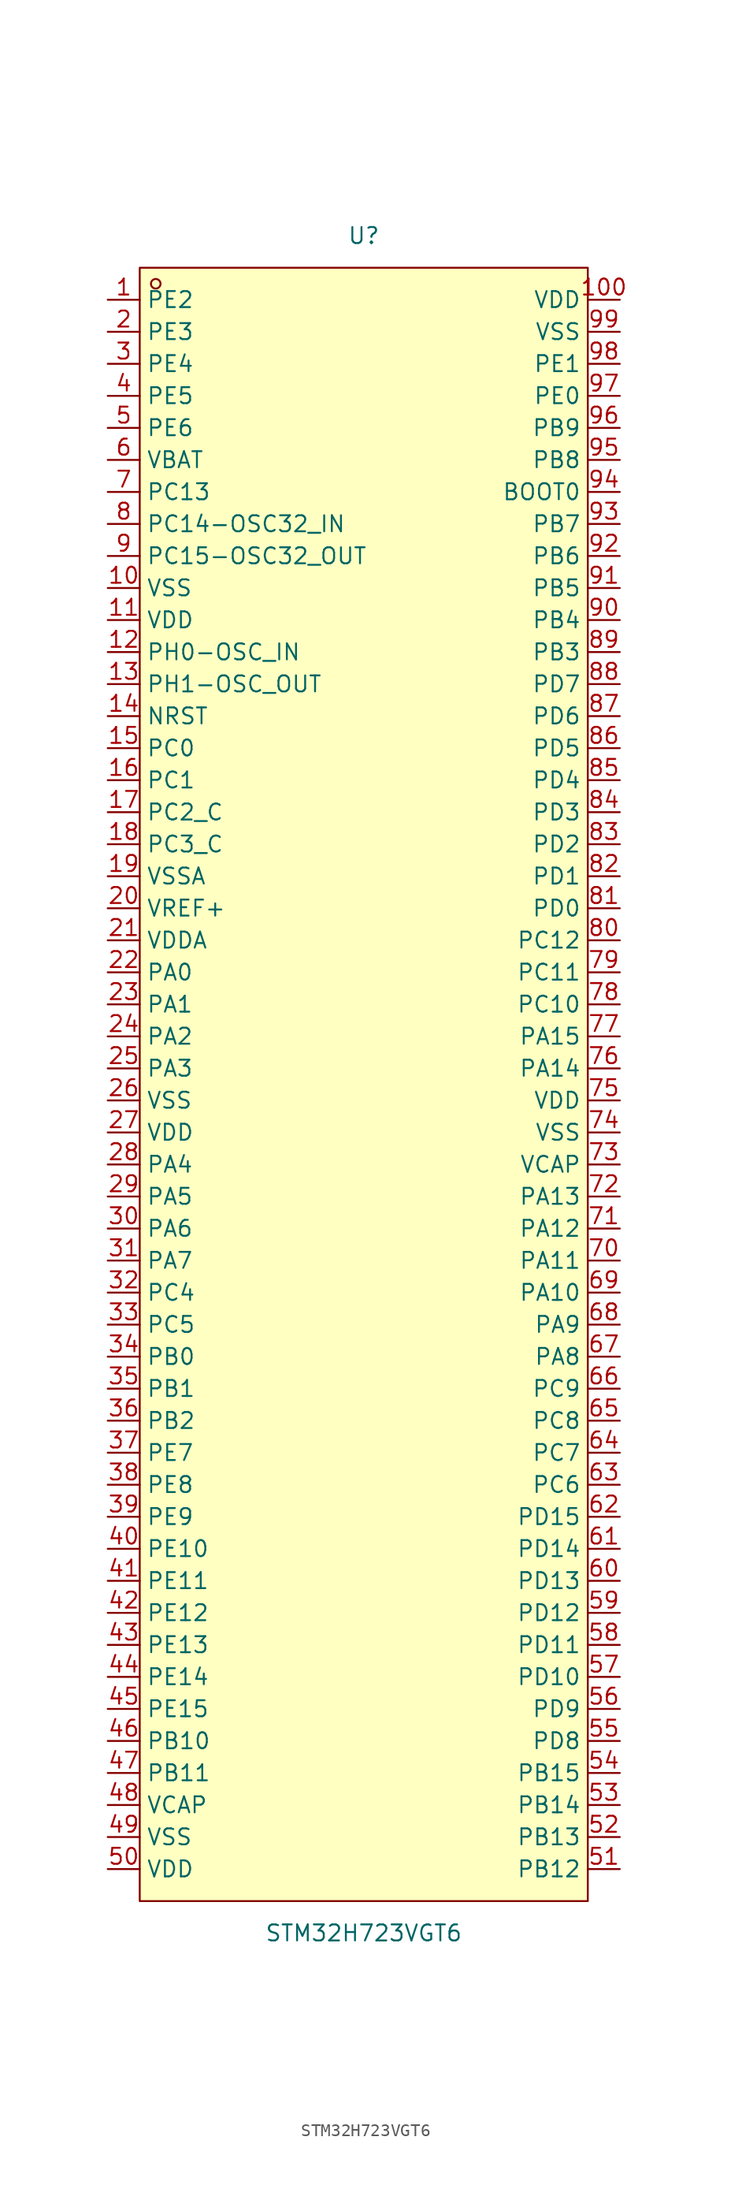
<source format=kicad_sym>
(kicad_symbol_lib
  (version 20211014)
  (generator https://github.com/uPesy/easyeda2kicad.py)
  (symbol "STM32H723VGT6"
    (property "Reference" "U"
      (at 0 67.31 0)
      (effects (font (size 1.27 1.27))))
    (property "Value" "STM32H723VGT6"
      (at 0 -67.31 0)
      (effects (font (size 1.27 1.27))))
    (symbol "STM32H723VGT6_0_1"
      (rectangle (start -17.78 64.77) (end 17.78 -64.77) (stroke (width 0) (type default) (color 0 0 0 0)) (fill (type background)))
      (circle (center -16.51 63.50) (radius 0.38) (stroke (width 0) (type default) (color 0 0 0 0)) (fill (type none)))
      (pin unspecified line (at -20.32 62.23 0) (length 2.54) (name "PE2" (effects (font (size 1.27 1.27)))) (number "1" (effects (font (size 1.27 1.27)))))
      (pin unspecified line (at -20.32 59.69 0) (length 2.54) (name "PE3" (effects (font (size 1.27 1.27)))) (number "2" (effects (font (size 1.27 1.27)))))
      (pin unspecified line (at -20.32 57.15 0) (length 2.54) (name "PE4" (effects (font (size 1.27 1.27)))) (number "3" (effects (font (size 1.27 1.27)))))
      (pin unspecified line (at -20.32 54.61 0) (length 2.54) (name "PE5" (effects (font (size 1.27 1.27)))) (number "4" (effects (font (size 1.27 1.27)))))
      (pin unspecified line (at -20.32 52.07 0) (length 2.54) (name "PE6" (effects (font (size 1.27 1.27)))) (number "5" (effects (font (size 1.27 1.27)))))
      (pin unspecified line (at -20.32 49.53 0) (length 2.54) (name "VBAT" (effects (font (size 1.27 1.27)))) (number "6" (effects (font (size 1.27 1.27)))))
      (pin unspecified line (at -20.32 46.99 0) (length 2.54) (name "PC13" (effects (font (size 1.27 1.27)))) (number "7" (effects (font (size 1.27 1.27)))))
      (pin unspecified line (at -20.32 44.45 0) (length 2.54) (name "PC14-OSC32_IN" (effects (font (size 1.27 1.27)))) (number "8" (effects (font (size 1.27 1.27)))))
      (pin unspecified line (at -20.32 41.91 0) (length 2.54) (name "PC15-OSC32_OUT" (effects (font (size 1.27 1.27)))) (number "9" (effects (font (size 1.27 1.27)))))
      (pin unspecified line (at -20.32 39.37 0) (length 2.54) (name "VSS" (effects (font (size 1.27 1.27)))) (number "10" (effects (font (size 1.27 1.27)))))
      (pin unspecified line (at -20.32 36.83 0) (length 2.54) (name "VDD" (effects (font (size 1.27 1.27)))) (number "11" (effects (font (size 1.27 1.27)))))
      (pin unspecified line (at -20.32 34.29 0) (length 2.54) (name "PH0-OSC_IN" (effects (font (size 1.27 1.27)))) (number "12" (effects (font (size 1.27 1.27)))))
      (pin unspecified line (at -20.32 31.75 0) (length 2.54) (name "PH1-OSC_OUT" (effects (font (size 1.27 1.27)))) (number "13" (effects (font (size 1.27 1.27)))))
      (pin unspecified line (at -20.32 29.21 0) (length 2.54) (name "NRST" (effects (font (size 1.27 1.27)))) (number "14" (effects (font (size 1.27 1.27)))))
      (pin unspecified line (at -20.32 26.67 0) (length 2.54) (name "PC0" (effects (font (size 1.27 1.27)))) (number "15" (effects (font (size 1.27 1.27)))))
      (pin unspecified line (at -20.32 24.13 0) (length 2.54) (name "PC1" (effects (font (size 1.27 1.27)))) (number "16" (effects (font (size 1.27 1.27)))))
      (pin unspecified line (at -20.32 21.59 0) (length 2.54) (name "PC2_C" (effects (font (size 1.27 1.27)))) (number "17" (effects (font (size 1.27 1.27)))))
      (pin unspecified line (at -20.32 19.05 0) (length 2.54) (name "PC3_C" (effects (font (size 1.27 1.27)))) (number "18" (effects (font (size 1.27 1.27)))))
      (pin unspecified line (at -20.32 16.51 0) (length 2.54) (name "VSSA" (effects (font (size 1.27 1.27)))) (number "19" (effects (font (size 1.27 1.27)))))
      (pin unspecified line (at -20.32 13.97 0) (length 2.54) (name "VREF+" (effects (font (size 1.27 1.27)))) (number "20" (effects (font (size 1.27 1.27)))))
      (pin unspecified line (at -20.32 11.43 0) (length 2.54) (name "VDDA" (effects (font (size 1.27 1.27)))) (number "21" (effects (font (size 1.27 1.27)))))
      (pin unspecified line (at -20.32 8.89 0) (length 2.54) (name "PA0" (effects (font (size 1.27 1.27)))) (number "22" (effects (font (size 1.27 1.27)))))
      (pin unspecified line (at -20.32 6.35 0) (length 2.54) (name "PA1" (effects (font (size 1.27 1.27)))) (number "23" (effects (font (size 1.27 1.27)))))
      (pin unspecified line (at -20.32 3.81 0) (length 2.54) (name "PA2" (effects (font (size 1.27 1.27)))) (number "24" (effects (font (size 1.27 1.27)))))
      (pin unspecified line (at -20.32 1.27 0) (length 2.54) (name "PA3" (effects (font (size 1.27 1.27)))) (number "25" (effects (font (size 1.27 1.27)))))
      (pin unspecified line (at -20.32 -1.27 0) (length 2.54) (name "VSS" (effects (font (size 1.27 1.27)))) (number "26" (effects (font (size 1.27 1.27)))))
      (pin unspecified line (at -20.32 -3.81 0) (length 2.54) (name "VDD" (effects (font (size 1.27 1.27)))) (number "27" (effects (font (size 1.27 1.27)))))
      (pin unspecified line (at -20.32 -6.35 0) (length 2.54) (name "PA4" (effects (font (size 1.27 1.27)))) (number "28" (effects (font (size 1.27 1.27)))))
      (pin unspecified line (at -20.32 -8.89 0) (length 2.54) (name "PA5" (effects (font (size 1.27 1.27)))) (number "29" (effects (font (size 1.27 1.27)))))
      (pin unspecified line (at -20.32 -11.43 0) (length 2.54) (name "PA6" (effects (font (size 1.27 1.27)))) (number "30" (effects (font (size 1.27 1.27)))))
      (pin unspecified line (at -20.32 -13.97 0) (length 2.54) (name "PA7" (effects (font (size 1.27 1.27)))) (number "31" (effects (font (size 1.27 1.27)))))
      (pin unspecified line (at -20.32 -16.51 0) (length 2.54) (name "PC4" (effects (font (size 1.27 1.27)))) (number "32" (effects (font (size 1.27 1.27)))))
      (pin unspecified line (at -20.32 -19.05 0) (length 2.54) (name "PC5" (effects (font (size 1.27 1.27)))) (number "33" (effects (font (size 1.27 1.27)))))
      (pin unspecified line (at -20.32 -21.59 0) (length 2.54) (name "PB0" (effects (font (size 1.27 1.27)))) (number "34" (effects (font (size 1.27 1.27)))))
      (pin unspecified line (at -20.32 -24.13 0) (length 2.54) (name "PB1" (effects (font (size 1.27 1.27)))) (number "35" (effects (font (size 1.27 1.27)))))
      (pin unspecified line (at -20.32 -26.67 0) (length 2.54) (name "PB2" (effects (font (size 1.27 1.27)))) (number "36" (effects (font (size 1.27 1.27)))))
      (pin unspecified line (at -20.32 -29.21 0) (length 2.54) (name "PE7" (effects (font (size 1.27 1.27)))) (number "37" (effects (font (size 1.27 1.27)))))
      (pin unspecified line (at -20.32 -31.75 0) (length 2.54) (name "PE8" (effects (font (size 1.27 1.27)))) (number "38" (effects (font (size 1.27 1.27)))))
      (pin unspecified line (at -20.32 -34.29 0) (length 2.54) (name "PE9" (effects (font (size 1.27 1.27)))) (number "39" (effects (font (size 1.27 1.27)))))
      (pin unspecified line (at -20.32 -36.83 0) (length 2.54) (name "PE10" (effects (font (size 1.27 1.27)))) (number "40" (effects (font (size 1.27 1.27)))))
      (pin unspecified line (at -20.32 -39.37 0) (length 2.54) (name "PE11" (effects (font (size 1.27 1.27)))) (number "41" (effects (font (size 1.27 1.27)))))
      (pin unspecified line (at -20.32 -41.91 0) (length 2.54) (name "PE12" (effects (font (size 1.27 1.27)))) (number "42" (effects (font (size 1.27 1.27)))))
      (pin unspecified line (at -20.32 -44.45 0) (length 2.54) (name "PE13" (effects (font (size 1.27 1.27)))) (number "43" (effects (font (size 1.27 1.27)))))
      (pin unspecified line (at -20.32 -46.99 0) (length 2.54) (name "PE14" (effects (font (size 1.27 1.27)))) (number "44" (effects (font (size 1.27 1.27)))))
      (pin unspecified line (at -20.32 -49.53 0) (length 2.54) (name "PE15" (effects (font (size 1.27 1.27)))) (number "45" (effects (font (size 1.27 1.27)))))
      (pin unspecified line (at -20.32 -52.07 0) (length 2.54) (name "PB10" (effects (font (size 1.27 1.27)))) (number "46" (effects (font (size 1.27 1.27)))))
      (pin unspecified line (at -20.32 -54.61 0) (length 2.54) (name "PB11" (effects (font (size 1.27 1.27)))) (number "47" (effects (font (size 1.27 1.27)))))
      (pin unspecified line (at -20.32 -57.15 0) (length 2.54) (name "VCAP" (effects (font (size 1.27 1.27)))) (number "48" (effects (font (size 1.27 1.27)))))
      (pin unspecified line (at -20.32 -59.69 0) (length 2.54) (name "VSS" (effects (font (size 1.27 1.27)))) (number "49" (effects (font (size 1.27 1.27)))))
      (pin unspecified line (at -20.32 -62.23 0) (length 2.54) (name "VDD" (effects (font (size 1.27 1.27)))) (number "50" (effects (font (size 1.27 1.27)))))
      (pin unspecified line (at 20.32 -62.23 180) (length 2.54) (name "PB12" (effects (font (size 1.27 1.27)))) (number "51" (effects (font (size 1.27 1.27)))))
      (pin unspecified line (at 20.32 -59.69 180) (length 2.54) (name "PB13" (effects (font (size 1.27 1.27)))) (number "52" (effects (font (size 1.27 1.27)))))
      (pin unspecified line (at 20.32 -57.15 180) (length 2.54) (name "PB14" (effects (font (size 1.27 1.27)))) (number "53" (effects (font (size 1.27 1.27)))))
      (pin unspecified line (at 20.32 -54.61 180) (length 2.54) (name "PB15" (effects (font (size 1.27 1.27)))) (number "54" (effects (font (size 1.27 1.27)))))
      (pin unspecified line (at 20.32 -52.07 180) (length 2.54) (name "PD8" (effects (font (size 1.27 1.27)))) (number "55" (effects (font (size 1.27 1.27)))))
      (pin unspecified line (at 20.32 -49.53 180) (length 2.54) (name "PD9" (effects (font (size 1.27 1.27)))) (number "56" (effects (font (size 1.27 1.27)))))
      (pin unspecified line (at 20.32 -46.99 180) (length 2.54) (name "PD10" (effects (font (size 1.27 1.27)))) (number "57" (effects (font (size 1.27 1.27)))))
      (pin unspecified line (at 20.32 -44.45 180) (length 2.54) (name "PD11" (effects (font (size 1.27 1.27)))) (number "58" (effects (font (size 1.27 1.27)))))
      (pin unspecified line (at 20.32 -41.91 180) (length 2.54) (name "PD12" (effects (font (size 1.27 1.27)))) (number "59" (effects (font (size 1.27 1.27)))))
      (pin unspecified line (at 20.32 -39.37 180) (length 2.54) (name "PD13" (effects (font (size 1.27 1.27)))) (number "60" (effects (font (size 1.27 1.27)))))
      (pin unspecified line (at 20.32 -36.83 180) (length 2.54) (name "PD14" (effects (font (size 1.27 1.27)))) (number "61" (effects (font (size 1.27 1.27)))))
      (pin unspecified line (at 20.32 -34.29 180) (length 2.54) (name "PD15" (effects (font (size 1.27 1.27)))) (number "62" (effects (font (size 1.27 1.27)))))
      (pin unspecified line (at 20.32 -31.75 180) (length 2.54) (name "PC6" (effects (font (size 1.27 1.27)))) (number "63" (effects (font (size 1.27 1.27)))))
      (pin unspecified line (at 20.32 -29.21 180) (length 2.54) (name "PC7" (effects (font (size 1.27 1.27)))) (number "64" (effects (font (size 1.27 1.27)))))
      (pin unspecified line (at 20.32 -26.67 180) (length 2.54) (name "PC8" (effects (font (size 1.27 1.27)))) (number "65" (effects (font (size 1.27 1.27)))))
      (pin unspecified line (at 20.32 -24.13 180) (length 2.54) (name "PC9" (effects (font (size 1.27 1.27)))) (number "66" (effects (font (size 1.27 1.27)))))
      (pin unspecified line (at 20.32 -21.59 180) (length 2.54) (name "PA8" (effects (font (size 1.27 1.27)))) (number "67" (effects (font (size 1.27 1.27)))))
      (pin unspecified line (at 20.32 -19.05 180) (length 2.54) (name "PA9" (effects (font (size 1.27 1.27)))) (number "68" (effects (font (size 1.27 1.27)))))
      (pin unspecified line (at 20.32 -16.51 180) (length 2.54) (name "PA10" (effects (font (size 1.27 1.27)))) (number "69" (effects (font (size 1.27 1.27)))))
      (pin unspecified line (at 20.32 -13.97 180) (length 2.54) (name "PA11" (effects (font (size 1.27 1.27)))) (number "70" (effects (font (size 1.27 1.27)))))
      (pin unspecified line (at 20.32 -11.43 180) (length 2.54) (name "PA12" (effects (font (size 1.27 1.27)))) (number "71" (effects (font (size 1.27 1.27)))))
      (pin unspecified line (at 20.32 -8.89 180) (length 2.54) (name "PA13" (effects (font (size 1.27 1.27)))) (number "72" (effects (font (size 1.27 1.27)))))
      (pin unspecified line (at 20.32 -6.35 180) (length 2.54) (name "VCAP" (effects (font (size 1.27 1.27)))) (number "73" (effects (font (size 1.27 1.27)))))
      (pin unspecified line (at 20.32 -3.81 180) (length 2.54) (name "VSS" (effects (font (size 1.27 1.27)))) (number "74" (effects (font (size 1.27 1.27)))))
      (pin unspecified line (at 20.32 -1.27 180) (length 2.54) (name "VDD" (effects (font (size 1.27 1.27)))) (number "75" (effects (font (size 1.27 1.27)))))
      (pin unspecified line (at 20.32 1.27 180) (length 2.54) (name "PA14" (effects (font (size 1.27 1.27)))) (number "76" (effects (font (size 1.27 1.27)))))
      (pin unspecified line (at 20.32 3.81 180) (length 2.54) (name "PA15" (effects (font (size 1.27 1.27)))) (number "77" (effects (font (size 1.27 1.27)))))
      (pin unspecified line (at 20.32 6.35 180) (length 2.54) (name "PC10" (effects (font (size 1.27 1.27)))) (number "78" (effects (font (size 1.27 1.27)))))
      (pin unspecified line (at 20.32 8.89 180) (length 2.54) (name "PC11" (effects (font (size 1.27 1.27)))) (number "79" (effects (font (size 1.27 1.27)))))
      (pin unspecified line (at 20.32 11.43 180) (length 2.54) (name "PC12" (effects (font (size 1.27 1.27)))) (number "80" (effects (font (size 1.27 1.27)))))
      (pin unspecified line (at 20.32 13.97 180) (length 2.54) (name "PD0" (effects (font (size 1.27 1.27)))) (number "81" (effects (font (size 1.27 1.27)))))
      (pin unspecified line (at 20.32 16.51 180) (length 2.54) (name "PD1" (effects (font (size 1.27 1.27)))) (number "82" (effects (font (size 1.27 1.27)))))
      (pin unspecified line (at 20.32 19.05 180) (length 2.54) (name "PD2" (effects (font (size 1.27 1.27)))) (number "83" (effects (font (size 1.27 1.27)))))
      (pin unspecified line (at 20.32 21.59 180) (length 2.54) (name "PD3" (effects (font (size 1.27 1.27)))) (number "84" (effects (font (size 1.27 1.27)))))
      (pin unspecified line (at 20.32 24.13 180) (length 2.54) (name "PD4" (effects (font (size 1.27 1.27)))) (number "85" (effects (font (size 1.27 1.27)))))
      (pin unspecified line (at 20.32 26.67 180) (length 2.54) (name "PD5" (effects (font (size 1.27 1.27)))) (number "86" (effects (font (size 1.27 1.27)))))
      (pin unspecified line (at 20.32 29.21 180) (length 2.54) (name "PD6" (effects (font (size 1.27 1.27)))) (number "87" (effects (font (size 1.27 1.27)))))
      (pin unspecified line (at 20.32 31.75 180) (length 2.54) (name "PD7" (effects (font (size 1.27 1.27)))) (number "88" (effects (font (size 1.27 1.27)))))
      (pin unspecified line (at 20.32 34.29 180) (length 2.54) (name "PB3" (effects (font (size 1.27 1.27)))) (number "89" (effects (font (size 1.27 1.27)))))
      (pin unspecified line (at 20.32 36.83 180) (length 2.54) (name "PB4" (effects (font (size 1.27 1.27)))) (number "90" (effects (font (size 1.27 1.27)))))
      (pin unspecified line (at 20.32 39.37 180) (length 2.54) (name "PB5" (effects (font (size 1.27 1.27)))) (number "91" (effects (font (size 1.27 1.27)))))
      (pin unspecified line (at 20.32 41.91 180) (length 2.54) (name "PB6" (effects (font (size 1.27 1.27)))) (number "92" (effects (font (size 1.27 1.27)))))
      (pin unspecified line (at 20.32 44.45 180) (length 2.54) (name "PB7" (effects (font (size 1.27 1.27)))) (number "93" (effects (font (size 1.27 1.27)))))
      (pin unspecified line (at 20.32 46.99 180) (length 2.54) (name "BOOT0" (effects (font (size 1.27 1.27)))) (number "94" (effects (font (size 1.27 1.27)))))
      (pin unspecified line (at 20.32 49.53 180) (length 2.54) (name "PB8" (effects (font (size 1.27 1.27)))) (number "95" (effects (font (size 1.27 1.27)))))
      (pin unspecified line (at 20.32 52.07 180) (length 2.54) (name "PB9" (effects (font (size 1.27 1.27)))) (number "96" (effects (font (size 1.27 1.27)))))
      (pin unspecified line (at 20.32 54.61 180) (length 2.54) (name "PE0" (effects (font (size 1.27 1.27)))) (number "97" (effects (font (size 1.27 1.27)))))
      (pin unspecified line (at 20.32 57.15 180) (length 2.54) (name "PE1" (effects (font (size 1.27 1.27)))) (number "98" (effects (font (size 1.27 1.27)))))
      (pin unspecified line (at 20.32 59.69 180) (length 2.54) (name "VSS" (effects (font (size 1.27 1.27)))) (number "99" (effects (font (size 1.27 1.27)))))
      (pin unspecified line (at 20.32 62.23 180) (length 2.54) (name "VDD" (effects (font (size 1.27 1.27)))) (number "100" (effects (font (size 1.27 1.27))))))))
</source>
